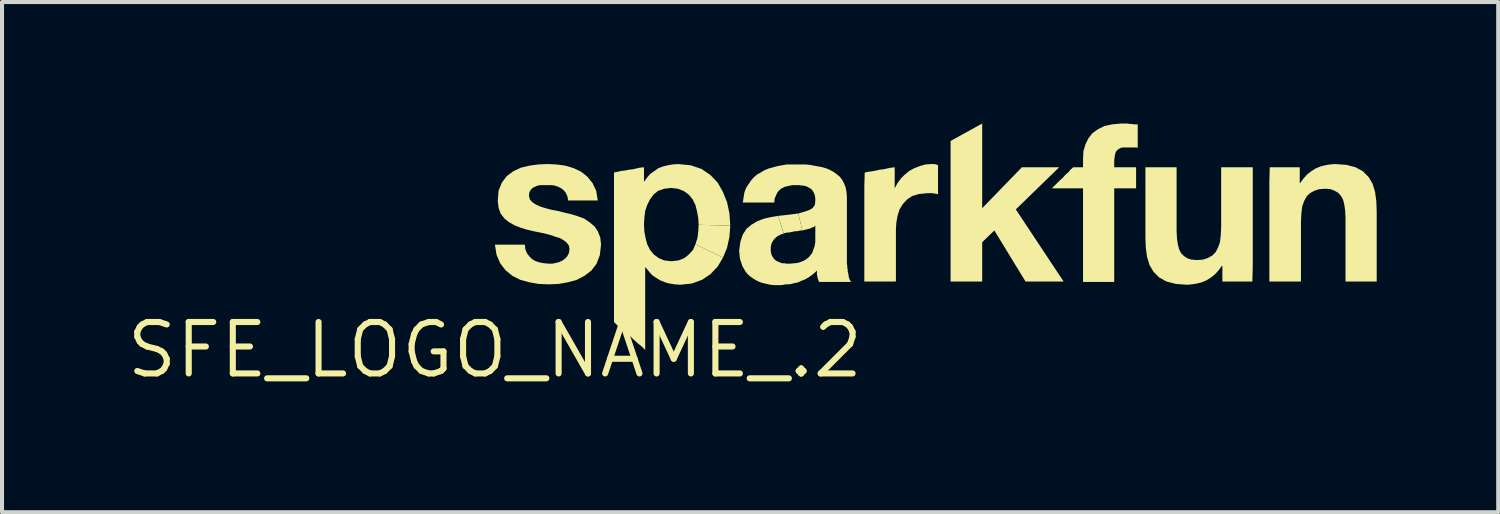
<source format=kicad_pcb>
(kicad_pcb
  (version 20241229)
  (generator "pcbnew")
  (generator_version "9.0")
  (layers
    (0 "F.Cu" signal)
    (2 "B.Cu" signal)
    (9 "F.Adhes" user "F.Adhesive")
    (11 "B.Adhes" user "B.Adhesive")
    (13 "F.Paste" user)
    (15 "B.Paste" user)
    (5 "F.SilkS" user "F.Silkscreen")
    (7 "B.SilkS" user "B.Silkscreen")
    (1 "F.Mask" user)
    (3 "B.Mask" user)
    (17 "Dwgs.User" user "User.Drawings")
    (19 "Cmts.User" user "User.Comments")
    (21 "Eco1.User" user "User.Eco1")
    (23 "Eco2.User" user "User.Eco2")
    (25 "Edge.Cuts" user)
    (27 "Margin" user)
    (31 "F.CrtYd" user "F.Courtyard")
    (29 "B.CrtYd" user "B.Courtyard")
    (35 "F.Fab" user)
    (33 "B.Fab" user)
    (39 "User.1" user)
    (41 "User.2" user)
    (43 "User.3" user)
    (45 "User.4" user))
  (footprint "SFE_LOGO_NAME_.2"
    (layer "F.Cu")
    (at 9.169 5.59)
    (property "Reference" "SFE_LOGO_NAME_.2" (at 0 0 0) (layer "F.SilkS") (effects (font (size 1.27 1.27) (thickness 0.15))))
    (attr through_hole)
    (fp_poly (pts (xy 4.95 -2.61) (xy 5 -2.76) (xy 5.02 -2.92) (xy 5.03 -3.09) (xy 5.81 -3.07) (xy 5.79 -2.79) (xy 5.73 -2.52) (xy 5.63 -2.28)) (stroke (width 0) (type solid)) (fill yes) (layer "F.SilkS"))
    (fp_poly (pts (xy 11.25 -5.16) (xy 12.03 -5.59) (xy 12.03 -3.5) (xy 13.01 -4.51) (xy 13.93 -4.51) (xy 12.86 -3.47) (xy 14.04 -1.69) (xy 13.1 -1.69) (xy 12.33 -2.95) (xy 12.03 -2.66) (xy 12.03 -1.69) (xy 11.25 -1.69)) (stroke (width 0) (type solid)) (fill yes) (layer "F.SilkS"))
    (fp_poly (pts (xy 6.99 -3.31) (xy 7.17 -3.33) (xy 7.34 -3.35) (xy 7.49 -3.37) (xy 7.59 -2.95) (xy 7.54 -2.95) (xy 7.5 -2.94) (xy 7.45 -2.93) (xy 7.4 -2.93) (xy 7.36 -2.92) (xy 7.31 -2.91) (xy 7.27 -2.9) (xy 7.22 -2.9) (xy 7.18 -2.89) (xy 7.13 -2.88)) (stroke (width 0) (type solid)) (fill yes) (layer "F.SilkS"))
    (fp_poly (pts (xy 9.13 -4.38) (xy 9.22 -4.4) (xy 9.31 -4.41) (xy 9.41 -4.43) (xy 9.5 -4.45) (xy 9.59 -4.46) (xy 9.68 -4.48) (xy 9.78 -4.5) (xy 9.87 -4.51) (xy 9.87 -4.45) (xy 9.87 -4.38) (xy 9.87 -4.32) (xy 9.87 -4.25) (xy 9.87 -4.18) (xy 9.87 -4.12) (xy 9.87 -4.05) (xy 9.87 -3.99) (xy 9.94 -4.12) (xy 10.02 -4.23) (xy 10.12 -4.33) (xy 10.23 -4.42) (xy 10.36 -4.49) (xy 10.49 -4.54) (xy 10.63 -4.58) (xy 10.77 -4.59) (xy 10.8 -4.59) (xy 10.82 -4.59) (xy 10.84 -4.59) (xy 10.86 -4.59) (xy 10.88 -4.58) (xy 10.9 -4.58) (xy 10.92 -4.57) (xy 10.94 -4.56) (xy 10.94 -4.47) (xy 10.94 -4.38) (xy 10.94 -4.29) (xy 10.94 -4.2) (xy 10.94 -4.11) (xy 10.94 -4.02) (xy 10.94 -3.93) (xy 10.94 -3.84) (xy 10.92 -3.85) (xy 10.88 -3.86) (xy 10.85 -3.86) (xy 10.81 -3.87) (xy 10.78 -3.87) (xy 10.74 -3.87) (xy 10.7 -3.87) (xy 10.67 -3.87) (xy 10.47 -3.85) (xy 10.3 -3.8) (xy 10.17 -3.71) (xy 10.07 -3.6) (xy 9.99 -3.47) (xy 9.94 -3.31) (xy 9.91 -3.14) (xy 9.9 -2.96) (xy 9.9 -2.8) (xy 9.9 -2.64) (xy 9.9 -2.48) (xy 9.9 -2.32) (xy 9.9 -2.16) (xy 9.9 -2) (xy 9.9 -1.84) (xy 9.9 -1.69) (xy 9.8 -1.69) (xy 9.7 -1.69) (xy 9.61 -1.69) (xy 9.51 -1.69) (xy 9.41 -1.69) (xy 9.32 -1.69) (xy 9.22 -1.69) (xy 9.12 -1.69) (xy 9.12 -2.02) (xy 9.12 -2.36) (xy 9.12 -2.7) (xy 9.12 -3.03) (xy 9.12 -3.37) (xy 9.12 -3.71) (xy 9.12 -4.04)) (stroke (width 0) (type solid)) (fill yes) (layer "F.SilkS"))
    (fp_poly (pts (xy 18.7 -1.69) (xy 18.61 -1.69) (xy 18.52 -1.69) (xy 18.42 -1.69) (xy 18.33 -1.69) (xy 18.24 -1.69) (xy 18.15 -1.69) (xy 18.05 -1.69) (xy 17.96 -1.69) (xy 17.96 -1.73) (xy 17.96 -1.78) (xy 17.96 -1.83) (xy 17.96 -1.88) (xy 17.96 -1.93) (xy 17.96 -1.98) (xy 17.96 -2.03) (xy 17.96 -2.08) (xy 17.95 -2.08) (xy 17.87 -1.97) (xy 17.78 -1.87) (xy 17.68 -1.79) (xy 17.57 -1.72) (xy 17.45 -1.67) (xy 17.33 -1.64) (xy 17.21 -1.62) (xy 17.09 -1.61) (xy 16.81 -1.63) (xy 16.58 -1.69) (xy 16.4 -1.79) (xy 16.26 -1.93) (xy 16.16 -2.1) (xy 16.1 -2.3) (xy 16.07 -2.52) (xy 16.06 -2.77) (xy 16.06 -2.99) (xy 16.06 -3.21) (xy 16.06 -3.43) (xy 16.06 -3.64) (xy 16.06 -3.86) (xy 16.06 -4.08) (xy 16.06 -4.3) (xy 16.06 -4.51) (xy 16.15 -4.51) (xy 16.25 -4.51) (xy 16.35 -4.51) (xy 16.44 -4.51) (xy 16.54 -4.51) (xy 16.64 -4.51) (xy 16.74 -4.51) (xy 16.83 -4.51) (xy 16.83 -4.31) (xy 16.83 -4.11) (xy 16.83 -3.91) (xy 16.83 -3.71) (xy 16.83 -3.51) (xy 16.83 -3.32) (xy 16.83 -3.12) (xy 16.83 -2.92) (xy 16.84 -2.75) (xy 16.86 -2.61) (xy 16.89 -2.49) (xy 16.94 -2.39) (xy 17.01 -2.32) (xy 17.1 -2.26) (xy 17.2 -2.23) (xy 17.33 -2.22) (xy 17.48 -2.23) (xy 17.6 -2.27) (xy 17.71 -2.33) (xy 17.79 -2.41) (xy 17.85 -2.52) (xy 17.9 -2.66) (xy 17.92 -2.83) (xy 17.93 -3.03) (xy 17.93 -3.22) (xy 17.93 -3.4) (xy 17.93 -3.59) (xy 17.93 -3.77) (xy 17.93 -3.96) (xy 17.93 -4.14) (xy 17.93 -4.33) (xy 17.93 -4.51) (xy 18.03 -4.51) (xy 18.13 -4.51) (xy 18.22 -4.51) (xy 18.32 -4.51) (xy 18.42 -4.51) (xy 18.51 -4.51) (xy 18.61 -4.51) (xy 18.71 -4.51) (xy 18.71 -4.16) (xy 18.71 -3.81) (xy 18.71 -3.45) (xy 18.71 -3.1) (xy 18.71 -2.75) (xy 18.71 -2.39) (xy 18.71 -2.04)) (stroke (width 0) (type solid)) (fill yes) (layer "F.SilkS"))
    (fp_poly (pts (xy 19.13 -4.51) (xy 19.22 -4.51) (xy 19.31 -4.51) (xy 19.41 -4.51) (xy 19.5 -4.51) (xy 19.59 -4.51) (xy 19.68 -4.51) (xy 19.78 -4.51) (xy 19.87 -4.51) (xy 19.87 -4.46) (xy 19.87 -4.42) (xy 19.87 -4.37) (xy 19.87 -4.32) (xy 19.87 -4.27) (xy 19.87 -4.22) (xy 19.87 -4.17) (xy 19.87 -4.12) (xy 19.88 -4.12) (xy 19.96 -4.23) (xy 20.05 -4.33) (xy 20.15 -4.41) (xy 20.26 -4.48) (xy 20.38 -4.53) (xy 20.5 -4.56) (xy 20.62 -4.58) (xy 20.74 -4.59) (xy 21.02 -4.57) (xy 21.25 -4.51) (xy 21.43 -4.41) (xy 21.57 -4.27) (xy 21.67 -4.1) (xy 21.73 -3.9) (xy 21.76 -3.68) (xy 21.77 -3.43) (xy 21.77 -3.21) (xy 21.77 -2.99) (xy 21.77 -2.77) (xy 21.77 -2.56) (xy 21.77 -2.34) (xy 21.77 -2.12) (xy 21.77 -1.9) (xy 21.77 -1.69) (xy 21.68 -1.69) (xy 21.58 -1.69) (xy 21.48 -1.69) (xy 21.39 -1.69) (xy 21.29 -1.69) (xy 21.19 -1.69) (xy 21.1 -1.69) (xy 21 -1.69) (xy 21 -1.89) (xy 21 -2.09) (xy 21 -2.28) (xy 21 -2.48) (xy 21 -2.68) (xy 21 -2.88) (xy 21 -3.08) (xy 21 -3.28) (xy 20.99 -3.45) (xy 20.97 -3.59) (xy 20.94 -3.71) (xy 20.89 -3.8) (xy 20.82 -3.88) (xy 20.73 -3.93) (xy 20.63 -3.97) (xy 20.5 -3.98) (xy 20.35 -3.97) (xy 20.23 -3.93) (xy 20.12 -3.87) (xy 20.04 -3.79) (xy 19.98 -3.68) (xy 19.93 -3.54) (xy 19.91 -3.37) (xy 19.9 -3.17) (xy 19.9 -2.98) (xy 19.9 -2.8) (xy 19.9 -2.61) (xy 19.9 -2.43) (xy 19.9 -2.24) (xy 19.9 -2.06) (xy 19.9 -1.87) (xy 19.9 -1.69) (xy 19.8 -1.69) (xy 19.7 -1.69) (xy 19.61 -1.69) (xy 19.51 -1.69) (xy 19.41 -1.69) (xy 19.32 -1.69) (xy 19.22 -1.69) (xy 19.12 -1.69) (xy 19.12 -2.04) (xy 19.12 -2.39) (xy 19.12 -2.75) (xy 19.12 -3.1) (xy 19.12 -3.45) (xy 19.12 -3.81) (xy 19.12 -4.16)) (stroke (width 0) (type solid)) (fill yes) (layer "F.SilkS"))
    (fp_poly (pts (xy 5.63 -2.28) (xy 5.5 -2.06) (xy 5.32 -1.87) (xy 5.11 -1.73) (xy 4.86 -1.64) (xy 4.57 -1.61) (xy 4.44 -1.62) (xy 4.31 -1.64) (xy 4.2 -1.67) (xy 4.08 -1.72) (xy 3.98 -1.78) (xy 3.88 -1.85) (xy 3.8 -1.94) (xy 3.72 -2.04) (xy 3.71 -2.04) (xy 3.71 -1.78) (xy 3.71 -1.53) (xy 3.71 -1.27) (xy 3.71 -1.02) (xy 3.71 -0.76) (xy 3.71 -0.51) (xy 3.71 -0.25) (xy 3.71 0) (xy 3.62 -0.09) (xy 3.52 -0.17) (xy 3.42 -0.26) (xy 3.33 -0.35) (xy 3.23 -0.43) (xy 3.13 -0.52) (xy 3.03 -0.6) (xy 2.94 -0.69) (xy 2.94 -1.15) (xy 2.94 -1.61) (xy 2.94 -2.08) (xy 2.94 -2.54) (xy 2.94 -3) (xy 2.94 -3.46) (xy 2.94 -3.92) (xy 2.94 -4.38) (xy 3.03 -4.4) (xy 3.12 -4.42) (xy 3.21 -4.43) (xy 3.31 -4.45) (xy 3.4 -4.46) (xy 3.49 -4.48) (xy 3.58 -4.5) (xy 3.68 -4.51) (xy 3.68 -4.47) (xy 3.68 -4.42) (xy 3.68 -4.38) (xy 3.68 -4.33) (xy 3.68 -4.29) (xy 3.68 -4.24) (xy 3.68 -4.2) (xy 3.68 -4.15) (xy 3.76 -4.26) (xy 3.84 -4.35) (xy 3.94 -4.42) (xy 4.04 -4.49) (xy 4.15 -4.53) (xy 4.27 -4.56) (xy 4.39 -4.58) (xy 4.52 -4.59) (xy 4.83 -4.56) (xy 5.1 -4.47) (xy 5.32 -4.32) (xy 5.5 -4.13) (xy 5.63 -3.9) (xy 5.73 -3.65) (xy 5.79 -3.37) (xy 5.81 -3.07) (xy 5.03 -3.09) (xy 5.02 -3.26) (xy 4.99 -3.42) (xy 4.95 -3.58) (xy 4.88 -3.72) (xy 4.79 -3.83) (xy 4.67 -3.92) (xy 4.52 -3.98) (xy 4.35 -4) (xy 4.18 -3.98) (xy 4.03 -3.93) (xy 3.92 -3.84) (xy 3.83 -3.72) (xy 3.76 -3.58) (xy 3.71 -3.43) (xy 3.69 -3.26) (xy 3.68 -3.09) (xy 3.69 -2.92) (xy 3.72 -2.76) (xy 3.76 -2.61) (xy 3.83 -2.47) (xy 3.92 -2.36) (xy 4.04 -2.27) (xy 4.18 -2.21) (xy 4.36 -2.19) (xy 4.53 -2.21) (xy 4.68 -2.27) (xy 4.79 -2.36) (xy 4.89 -2.47) (xy 4.95 -2.61)) (stroke (width 0) (type solid)) (fill yes) (layer "F.SilkS"))
    (fp_poly (pts (xy 0.74 -2.6) (xy 0.75 -2.49) (xy 0.79 -2.39) (xy 0.85 -2.31) (xy 0.92 -2.24) (xy 1.01 -2.19) (xy 1.11 -2.16) (xy 1.22 -2.14) (xy 1.33 -2.13) (xy 1.42 -2.13) (xy 1.51 -2.15) (xy 1.59 -2.17) (xy 1.67 -2.21) (xy 1.74 -2.26) (xy 1.79 -2.32) (xy 1.83 -2.4) (xy 1.84 -2.49) (xy 1.83 -2.57) (xy 1.78 -2.64) (xy 1.71 -2.7) (xy 1.61 -2.76) (xy 1.48 -2.8) (xy 1.33 -2.85) (xy 1.16 -2.89) (xy 0.96 -2.93) (xy 0.79 -2.97) (xy 0.63 -3.02) (xy 0.48 -3.08) (xy 0.34 -3.16) (xy 0.23 -3.25) (xy 0.14 -3.37) (xy 0.09 -3.51) (xy 0.07 -3.68) (xy 0.09 -3.93) (xy 0.17 -4.13) (xy 0.29 -4.29) (xy 0.45 -4.41) (xy 0.64 -4.5) (xy 0.85 -4.55) (xy 1.07 -4.58) (xy 1.3 -4.59) (xy 1.52 -4.58) (xy 1.74 -4.55) (xy 1.94 -4.49) (xy 2.13 -4.4) (xy 2.28 -4.28) (xy 2.41 -4.12) (xy 2.5 -3.93) (xy 2.54 -3.69) (xy 2.45 -3.69) (xy 2.36 -3.69) (xy 2.27 -3.69) (xy 2.17 -3.69) (xy 2.08 -3.69) (xy 1.99 -3.69) (xy 1.9 -3.69) (xy 1.81 -3.69) (xy 1.79 -3.79) (xy 1.75 -3.88) (xy 1.7 -3.94) (xy 1.64 -3.99) (xy 1.56 -4.03) (xy 1.47 -4.06) (xy 1.38 -4.07) (xy 1.27 -4.07) (xy 1.21 -4.07) (xy 1.13 -4.07) (xy 1.06 -4.06) (xy 0.99 -4.03) (xy 0.93 -4) (xy 0.88 -3.95) (xy 0.85 -3.89) (xy 0.84 -3.81) (xy 0.86 -3.72) (xy 0.92 -3.65) (xy 1.01 -3.59) (xy 1.12 -3.54) (xy 1.25 -3.5) (xy 1.4 -3.46) (xy 1.56 -3.43) (xy 1.72 -3.39) (xy 1.89 -3.35) (xy 2.05 -3.3) (xy 2.21 -3.24) (xy 2.34 -3.15) (xy 2.46 -3.05) (xy 2.54 -2.93) (xy 2.6 -2.78) (xy 2.62 -2.6) (xy 2.59 -2.34) (xy 2.51 -2.13) (xy 2.38 -1.96) (xy 2.21 -1.83) (xy 2.02 -1.73) (xy 1.8 -1.67) (xy 1.57 -1.63) (xy 1.33 -1.62) (xy 1.08 -1.63) (xy 0.85 -1.67) (xy 0.63 -1.73) (xy 0.43 -1.83) (xy 0.26 -1.97) (xy 0.13 -2.14) (xy 0.04 -2.35) (xy 0 -2.6) (xy 0.09 -2.6) (xy 0.18 -2.6) (xy 0.28 -2.6) (xy 0.37 -2.6) (xy 0.46 -2.6) (xy 0.55 -2.6) (xy 0.65 -2.6)) (stroke (width 0) (type solid)) (fill yes) (layer "F.SilkS"))
    (fp_poly (pts (xy 14.52 -3.99) (xy 14.42 -3.99) (xy 14.33 -3.99) (xy 14.23 -3.99) (xy 14.13 -3.99) (xy 14.04 -3.99) (xy 13.94 -3.99) (xy 13.85 -3.99) (xy 13.75 -3.99) (xy 13.82 -4.06) (xy 13.88 -4.12) (xy 13.95 -4.19) (xy 14.02 -4.25) (xy 14.08 -4.32) (xy 14.15 -4.38) (xy 14.21 -4.45) (xy 14.28 -4.51) (xy 14.31 -4.51) (xy 14.34 -4.51) (xy 14.37 -4.51) (xy 14.4 -4.51) (xy 14.43 -4.51) (xy 14.46 -4.51) (xy 14.49 -4.51) (xy 14.52 -4.51) (xy 14.52 -4.54) (xy 14.52 -4.57) (xy 14.52 -4.59) (xy 14.52 -4.62) (xy 14.52 -4.65) (xy 14.52 -4.68) (xy 14.52 -4.7) (xy 14.52 -4.73) (xy 14.53 -4.91) (xy 14.58 -5.08) (xy 14.65 -5.22) (xy 14.75 -5.35) (xy 14.89 -5.45) (xy 15.05 -5.53) (xy 15.24 -5.57) (xy 15.46 -5.59) (xy 15.52 -5.59) (xy 15.57 -5.59) (xy 15.62 -5.59) (xy 15.67 -5.58) (xy 15.72 -5.58) (xy 15.77 -5.57) (xy 15.82 -5.57) (xy 15.87 -5.57) (xy 15.87 -5.5) (xy 15.87 -5.43) (xy 15.87 -5.36) (xy 15.87 -5.28) (xy 15.87 -5.21) (xy 15.87 -5.14) (xy 15.87 -5.07) (xy 15.87 -4.99) (xy 15.84 -5) (xy 15.8 -5) (xy 15.77 -5) (xy 15.73 -5) (xy 15.7 -5) (xy 15.66 -5) (xy 15.62 -5) (xy 15.59 -5) (xy 15.52 -5) (xy 15.45 -4.99) (xy 15.4 -4.96) (xy 15.36 -4.93) (xy 15.33 -4.89) (xy 15.31 -4.83) (xy 15.3 -4.76) (xy 15.29 -4.68) (xy 15.29 -4.66) (xy 15.29 -4.64) (xy 15.29 -4.62) (xy 15.29 -4.6) (xy 15.29 -4.58) (xy 15.29 -4.55) (xy 15.29 -4.53) (xy 15.29 -4.51) (xy 15.36 -4.51) (xy 15.43 -4.51) (xy 15.49 -4.51) (xy 15.56 -4.51) (xy 15.63 -4.51) (xy 15.7 -4.51) (xy 15.76 -4.51) (xy 15.83 -4.51) (xy 15.83 -4.45) (xy 15.83 -4.38) (xy 15.83 -4.32) (xy 15.83 -4.25) (xy 15.83 -4.19) (xy 15.83 -4.12) (xy 15.83 -4.06) (xy 15.83 -3.99) (xy 15.76 -3.99) (xy 15.7 -3.99) (xy 15.63 -3.99) (xy 15.56 -3.99) (xy 15.49 -3.99) (xy 15.43 -3.99) (xy 15.36 -3.99) (xy 15.29 -3.99) (xy 15.29 -3.7) (xy 15.29 -3.42) (xy 15.29 -3.13) (xy 15.29 -2.84) (xy 15.29 -2.55) (xy 15.29 -2.26) (xy 15.29 -1.97) (xy 15.29 -1.68) (xy 15.2 -1.68) (xy 15.1 -1.68) (xy 15 -1.68) (xy 14.91 -1.68) (xy 14.81 -1.68) (xy 14.71 -1.68) (xy 14.61 -1.68) (xy 14.52 -1.68) (xy 14.52 -1.97) (xy 14.52 -2.26) (xy 14.52 -2.55) (xy 14.52 -2.84) (xy 14.52 -3.13) (xy 14.52 -3.42) (xy 14.52 -3.7)) (stroke (width 0) (type solid)) (fill yes) (layer "F.SilkS"))
    (fp_poly (pts (xy 7.13 -2.87) (xy 7.09 -2.86) (xy 7.05 -2.85) (xy 7.02 -2.83) (xy 6.98 -2.81) (xy 6.95 -2.79) (xy 6.92 -2.76) (xy 6.89 -2.73) (xy 6.87 -2.7) (xy 6.85 -2.67) (xy 6.83 -2.63) (xy 6.82 -2.59) (xy 6.81 -2.54) (xy 6.81 -2.49) (xy 6.81 -2.44) (xy 6.82 -2.39) (xy 6.83 -2.35) (xy 6.85 -2.31) (xy 6.87 -2.28) (xy 6.89 -2.25) (xy 6.92 -2.22) (xy 6.95 -2.2) (xy 6.99 -2.18) (xy 7.02 -2.17) (xy 7.06 -2.15) (xy 7.1 -2.14) (xy 7.15 -2.14) (xy 7.19 -2.13) (xy 7.24 -2.13) (xy 7.28 -2.13) (xy 7.39 -2.14) (xy 7.48 -2.15) (xy 7.57 -2.18) (xy 7.64 -2.21) (xy 7.7 -2.25) (xy 7.75 -2.29) (xy 7.79 -2.34) (xy 7.83 -2.39) (xy 7.85 -2.44) (xy 7.87 -2.5) (xy 7.89 -2.55) (xy 7.9 -2.61) (xy 7.91 -2.66) (xy 7.91 -2.7) (xy 7.91 -2.74) (xy 7.91 -2.78) (xy 7.91 -2.8) (xy 7.91 -2.82) (xy 7.91 -2.83) (xy 7.91 -2.85) (xy 7.91 -2.87) (xy 7.91 -2.89) (xy 7.91 -2.91) (xy 7.91 -2.93) (xy 7.91 -2.94) (xy 7.91 -2.96) (xy 7.91 -2.98) (xy 7.91 -3) (xy 7.91 -3.02) (xy 7.91 -3.03) (xy 7.91 -3.05) (xy 7.91 -3.07) (xy 7.89 -3.05) (xy 7.86 -3.03) (xy 7.82 -3.02) (xy 7.79 -3) (xy 7.75 -2.99) (xy 7.71 -2.98) (xy 7.67 -2.97) (xy 7.63 -2.96) (xy 7.59 -2.95) (xy 7.49 -3.37) (xy 7.63 -3.41) (xy 7.75 -3.45) (xy 7.84 -3.5) (xy 7.9 -3.58) (xy 7.91 -3.69) (xy 7.91 -3.74) (xy 7.9 -3.8) (xy 7.89 -3.84) (xy 7.87 -3.89) (xy 7.85 -3.92) (xy 7.83 -3.95) (xy 7.8 -3.98) (xy 7.76 -4) (xy 7.73 -4.02) (xy 7.69 -4.04) (xy 7.65 -4.05) (xy 7.6 -4.06) (xy 7.56 -4.06) (xy 7.51 -4.07) (xy 7.46 -4.07) (xy 7.41 -4.07) (xy 7.35 -4.07) (xy 7.3 -4.06) (xy 7.25 -4.05) (xy 7.21 -4.04) (xy 7.16 -4.03) (xy 7.12 -4.01) (xy 7.08 -3.99) (xy 7.05 -3.97) (xy 7.02 -3.94) (xy 6.99 -3.91) (xy 6.97 -3.88) (xy 6.95 -3.84) (xy 6.93 -3.79) (xy 6.91 -3.75) (xy 6.9 -3.7) (xy 6.9 -3.64) (xy 6.85 -3.64) (xy 6.8 -3.64) (xy 6.75 -3.64) (xy 6.7 -3.64) (xy 6.65 -3.64) (xy 6.6 -3.64) (xy 6.56 -3.64) (xy 6.51 -3.64) (xy 6.46 -3.64) (xy 6.41 -3.64) (xy 6.36 -3.64) (xy 6.31 -3.64) (xy 6.27 -3.64) (xy 6.22 -3.64) (xy 6.17 -3.64) (xy 6.12 -3.64) (xy 6.14 -3.77) (xy 6.16 -3.89) (xy 6.2 -4) (xy 6.26 -4.09) (xy 6.32 -4.18) (xy 6.39 -4.26) (xy 6.47 -4.33) (xy 6.56 -4.38) (xy 6.66 -4.44) (xy 6.76 -4.48) (xy 6.87 -4.51) (xy 6.98 -4.54) (xy 7.09 -4.56) (xy 7.21 -4.58) (xy 7.33 -4.58) (xy 7.45 -4.58) (xy 7.56 -4.58) (xy 7.66 -4.58) (xy 7.77 -4.57) (xy 7.88 -4.55) (xy 7.99 -4.53) (xy 8.09 -4.51) (xy 8.19 -4.48) (xy 8.28 -4.44) (xy 8.37 -4.39) (xy 8.45 -4.33) (xy 8.52 -4.27) (xy 8.58 -4.19) (xy 8.62 -4.11) (xy 8.66 -4.01) (xy 8.68 -3.9) (xy 8.69 -3.78) (xy 8.69 -3.69) (xy 8.69 -3.6) (xy 8.69 -3.51) (xy 8.69 -3.41) (xy 8.69 -3.32) (xy 8.69 -3.23) (xy 8.69 -3.14) (xy 8.69 -3.05) (xy 8.69 -2.95) (xy 8.69 -2.86) (xy 8.69 -2.77) (xy 8.69 -2.68) (xy 8.69 -2.59) (xy 8.69 -2.49) (xy 8.69 -2.4) (xy 8.69 -2.31) (xy 8.69 -2.26) (xy 8.69 -2.21) (xy 8.69 -2.17) (xy 8.69 -2.12) (xy 8.7 -2.07) (xy 8.7 -2.03) (xy 8.71 -1.98) (xy 8.71 -1.94) (xy 8.72 -1.9) (xy 8.73 -1.86) (xy 8.73 -1.83) (xy 8.74 -1.79) (xy 8.75 -1.76) (xy 8.76 -1.73) (xy 8.78 -1.7) (xy 8.79 -1.68) (xy 8.74 -1.68) (xy 8.69 -1.68) (xy 8.64 -1.68) (xy 8.59 -1.68) (xy 8.54 -1.68) (xy 8.49 -1.68) (xy 8.44 -1.68) (xy 8.39 -1.68) (xy 8.35 -1.68) (xy 8.3 -1.68) (xy 8.25 -1.68) (xy 8.2 -1.68) (xy 8.15 -1.68) (xy 8.1 -1.68) (xy 8.05 -1.68) (xy 8 -1.68) (xy 8 -1.7) (xy 7.99 -1.71) (xy 7.98 -1.73) (xy 7.98 -1.75) (xy 7.97 -1.76) (xy 7.97 -1.78) (xy 7.96 -1.8) (xy 7.96 -1.82) (xy 7.96 -1.83) (xy 7.95 -1.85) (xy 7.95 -1.87) (xy 7.95 -1.89) (xy 7.95 -1.9) (xy 7.95 -1.92) (xy 7.95 -1.94) (xy 7.95 -1.96) (xy 7.9 -1.91) (xy 7.85 -1.87) (xy 7.8 -1.83) (xy 7.74 -1.79) (xy 7.69 -1.76) (xy 7.63 -1.73) (xy 7.57 -1.71) (xy 7.51 -1.68) (xy 7.45 -1.66) (xy 7.39 -1.65) (xy 7.32 -1.63) (xy 7.26 -1.62) (xy 7.19 -1.62) (xy 7.13 -1.61) (xy 7.06 -1.6) (xy 7 -1.6) (xy 6.9 -1.6) (xy 6.8 -1.61) (xy 6.71 -1.63) (xy 6.62 -1.65) (xy 6.53 -1.68) (xy 6.45 -1.72) (xy 6.38 -1.76) (xy 6.31 -1.81) (xy 6.25 -1.86) (xy 6.19 -1.93) (xy 6.15 -2) (xy 6.11 -2.07) (xy 6.08 -2.16) (xy 6.05 -2.25) (xy 6.04 -2.34) (xy 6.03 -2.45) (xy 6.06 -2.67) (xy 6.12 -2.85) (xy 6.21 -2.99) (xy 6.33 -3.09) (xy 6.48 -3.18) (xy 6.64 -3.24) (xy 6.81 -3.28) (xy 6.99 -3.31)) (stroke (width 0) (type solid)) (fill yes) (layer "F.SilkS")))
  (gr_rect
    (start -3 -3)
    (end 33.939 9.596)
    (stroke (width 0.1) (type default))
    (fill no)
    (layer "Edge.Cuts")))
</source>
